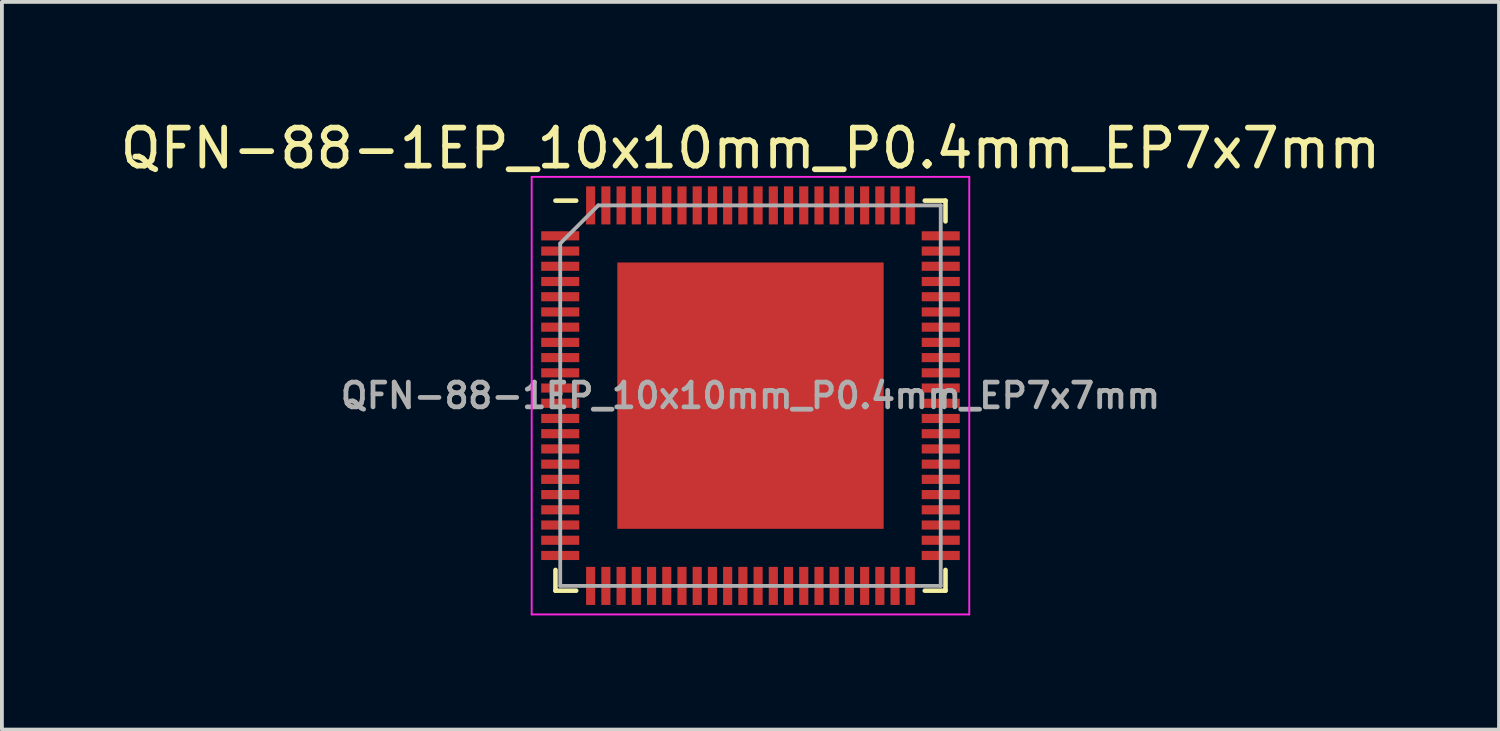
<source format=kicad_pcb>
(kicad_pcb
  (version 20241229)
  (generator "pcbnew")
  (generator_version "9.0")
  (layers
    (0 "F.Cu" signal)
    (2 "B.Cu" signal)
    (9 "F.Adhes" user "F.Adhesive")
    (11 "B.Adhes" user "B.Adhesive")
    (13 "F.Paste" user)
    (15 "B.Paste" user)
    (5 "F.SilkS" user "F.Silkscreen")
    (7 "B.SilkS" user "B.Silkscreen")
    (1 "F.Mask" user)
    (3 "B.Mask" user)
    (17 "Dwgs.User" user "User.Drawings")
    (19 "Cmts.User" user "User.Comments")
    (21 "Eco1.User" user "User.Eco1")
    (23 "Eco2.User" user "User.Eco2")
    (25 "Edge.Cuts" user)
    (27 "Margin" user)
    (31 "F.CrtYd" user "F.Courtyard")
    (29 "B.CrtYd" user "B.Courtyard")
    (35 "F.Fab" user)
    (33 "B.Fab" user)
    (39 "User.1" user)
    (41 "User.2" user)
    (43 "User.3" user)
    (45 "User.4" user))
  (footprint "QFN-88-1EP_10x10mm_P0.4mm_EP7x7mm"
    (layer "F.Cu")
    (at 16.673 7.348)
    (property "Reference" "QFN-88-1EP_10x10mm_P0.4mm_EP7x7mm" (at 0 -6.5 0) (layer "F.SilkS") (effects (font (size 1 1) (thickness 0.15))))
    (attr smd)
    (fp_line (start -5.125 -5.125) (end -4.58 -5.125) (stroke (width 0.12) (type solid)) (layer "F.SilkS"))
    (fp_line (start -5.125 5.125) (end -5.125 4.58) (stroke (width 0.12) (type solid)) (layer "F.SilkS"))
    (fp_line (start -4.58 5.125) (end -5.125 5.125) (stroke (width 0.12) (type solid)) (layer "F.SilkS"))
    (fp_line (start 4.58 -5.125) (end 5.125 -5.125) (stroke (width 0.12) (type solid)) (layer "F.SilkS"))
    (fp_line (start 4.58 5.125) (end 5.125 5.125) (stroke (width 0.12) (type solid)) (layer "F.SilkS"))
    (fp_line (start 5.125 -5.125) (end 5.125 -4.58) (stroke (width 0.12) (type solid)) (layer "F.SilkS"))
    (fp_line (start 5.125 5.125) (end 5.125 4.58) (stroke (width 0.12) (type solid)) (layer "F.SilkS"))
    (fp_line (start -5.75 -5.75) (end -5.75 5.75) (stroke (width 0.05) (type solid)) (layer "F.CrtYd"))
    (fp_line (start -5.75 5.75) (end 5.75 5.75) (stroke (width 0.05) (type solid)) (layer "F.CrtYd"))
    (fp_line (start 5.75 -5.75) (end -5.75 -5.75) (stroke (width 0.05) (type solid)) (layer "F.CrtYd"))
    (fp_line (start 5.75 5.75) (end 5.75 -5.75) (stroke (width 0.05) (type solid)) (layer "F.CrtYd"))
    (fp_line (start -5 -4) (end -4 -5) (stroke (width 0.1) (type solid)) (layer "F.Fab"))
    (fp_line (start -5 5) (end -5 -4) (stroke (width 0.1) (type solid)) (layer "F.Fab"))
    (fp_line (start -4 -5) (end 5 -5) (stroke (width 0.1) (type solid)) (layer "F.Fab"))
    (fp_line (start 5 -5) (end 5 5) (stroke (width 0.1) (type solid)) (layer "F.Fab"))
    (fp_line (start 5 5) (end -5 5) (stroke (width 0.1) (type solid)) (layer "F.Fab"))
    (fp_text user "${REFERENCE}" (at 0 0 0) (layer "F.Fab") (effects (font (size 0.65 0.65) (thickness 0.125))))
    (pad "" smd rect (at 0 0) (size 7 7) (layers "F.Paste"))
    (pad "1" smd rect (at -5 -4.2) (size 1 0.24) (layers "F.Cu" "F.Mask" "F.Paste"))
    (pad "2" smd rect (at -5 -3.8) (size 1 0.24) (layers "F.Cu" "F.Mask" "F.Paste"))
    (pad "3" smd rect (at -5 -3.4) (size 1 0.24) (layers "F.Cu" "F.Mask" "F.Paste"))
    (pad "4" smd rect (at -5 -3) (size 1 0.24) (layers "F.Cu" "F.Mask" "F.Paste"))
    (pad "5" smd rect (at -5 -2.6) (size 1 0.24) (layers "F.Cu" "F.Mask" "F.Paste"))
    (pad "6" smd rect (at -5 -2.2) (size 1 0.24) (layers "F.Cu" "F.Mask" "F.Paste"))
    (pad "7" smd rect (at -5 -1.8) (size 1 0.24) (layers "F.Cu" "F.Mask" "F.Paste"))
    (pad "8" smd rect (at -5 -1.4) (size 1 0.24) (layers "F.Cu" "F.Mask" "F.Paste"))
    (pad "9" smd rect (at -5 -1) (size 1 0.24) (layers "F.Cu" "F.Mask" "F.Paste"))
    (pad "10" smd rect (at -5 -0.6) (size 1 0.24) (layers "F.Cu" "F.Mask" "F.Paste"))
    (pad "11" smd rect (at -5 -0.2) (size 1 0.24) (layers "F.Cu" "F.Mask" "F.Paste"))
    (pad "12" smd rect (at -5 0.2) (size 1 0.24) (layers "F.Cu" "F.Mask" "F.Paste"))
    (pad "13" smd rect (at -5 0.6) (size 1 0.24) (layers "F.Cu" "F.Mask" "F.Paste"))
    (pad "14" smd rect (at -5 1) (size 1 0.24) (layers "F.Cu" "F.Mask" "F.Paste"))
    (pad "15" smd rect (at -5 1.4) (size 1 0.24) (layers "F.Cu" "F.Mask" "F.Paste"))
    (pad "16" smd rect (at -5 1.8) (size 1 0.24) (layers "F.Cu" "F.Mask" "F.Paste"))
    (pad "17" smd rect (at -5 2.2) (size 1 0.24) (layers "F.Cu" "F.Mask" "F.Paste"))
    (pad "18" smd rect (at -5 2.6) (size 1 0.24) (layers "F.Cu" "F.Mask" "F.Paste"))
    (pad "19" smd rect (at -5 3) (size 1 0.24) (layers "F.Cu" "F.Mask" "F.Paste"))
    (pad "20" smd rect (at -5 3.4) (size 1 0.24) (layers "F.Cu" "F.Mask" "F.Paste"))
    (pad "21" smd rect (at -5 3.8) (size 1 0.24) (layers "F.Cu" "F.Mask" "F.Paste"))
    (pad "22" smd rect (at -5 4.2) (size 1 0.24) (layers "F.Cu" "F.Mask" "F.Paste"))
    (pad "23" smd rect (at -4.2 5 90) (size 1 0.24) (layers "F.Cu" "F.Mask" "F.Paste"))
    (pad "24" smd rect (at -3.8 5 90) (size 1 0.24) (layers "F.Cu" "F.Mask" "F.Paste"))
    (pad "25" smd rect (at -3.4 5 90) (size 1 0.24) (layers "F.Cu" "F.Mask" "F.Paste"))
    (pad "26" smd rect (at -3 5 90) (size 1 0.24) (layers "F.Cu" "F.Mask" "F.Paste"))
    (pad "27" smd rect (at -2.6 5 90) (size 1 0.24) (layers "F.Cu" "F.Mask" "F.Paste"))
    (pad "28" smd rect (at -2.2 5 90) (size 1 0.24) (layers "F.Cu" "F.Mask" "F.Paste"))
    (pad "29" smd rect (at -1.8 5 90) (size 1 0.24) (layers "F.Cu" "F.Mask" "F.Paste"))
    (pad "30" smd rect (at -1.4 5 90) (size 1 0.24) (layers "F.Cu" "F.Mask" "F.Paste"))
    (pad "31" smd rect (at -1 5 90) (size 1 0.24) (layers "F.Cu" "F.Mask" "F.Paste"))
    (pad "32" smd rect (at -0.6 5 90) (size 1 0.24) (layers "F.Cu" "F.Mask" "F.Paste"))
    (pad "33" smd rect (at -0.2 5 90) (size 1 0.24) (layers "F.Cu" "F.Mask" "F.Paste"))
    (pad "34" smd rect (at 0.2 5 90) (size 1 0.24) (layers "F.Cu" "F.Mask" "F.Paste"))
    (pad "35" smd rect (at 0.6 5 90) (size 1 0.24) (layers "F.Cu" "F.Mask" "F.Paste"))
    (pad "36" smd rect (at 1 5 90) (size 1 0.24) (layers "F.Cu" "F.Mask" "F.Paste"))
    (pad "37" smd rect (at 1.4 5 90) (size 1 0.24) (layers "F.Cu" "F.Mask" "F.Paste"))
    (pad "38" smd rect (at 1.8 5 90) (size 1 0.24) (layers "F.Cu" "F.Mask" "F.Paste"))
    (pad "39" smd rect (at 2.2 5 90) (size 1 0.24) (layers "F.Cu" "F.Mask" "F.Paste"))
    (pad "40" smd rect (at 2.6 5 90) (size 1 0.24) (layers "F.Cu" "F.Mask" "F.Paste"))
    (pad "41" smd rect (at 3 5 90) (size 1 0.24) (layers "F.Cu" "F.Mask" "F.Paste"))
    (pad "42" smd rect (at 3.4 5 90) (size 1 0.24) (layers "F.Cu" "F.Mask" "F.Paste"))
    (pad "43" smd rect (at 3.8 5 90) (size 1 0.24) (layers "F.Cu" "F.Mask" "F.Paste"))
    (pad "44" smd rect (at 4.2 5 90) (size 1 0.24) (layers "F.Cu" "F.Mask" "F.Paste"))
    (pad "45" smd rect (at 5 4.2) (size 1 0.24) (layers "F.Cu" "F.Mask" "F.Paste"))
    (pad "46" smd rect (at 5 3.8) (size 1 0.24) (layers "F.Cu" "F.Mask" "F.Paste"))
    (pad "47" smd rect (at 5 3.4) (size 1 0.24) (layers "F.Cu" "F.Mask" "F.Paste"))
    (pad "48" smd rect (at 5 3) (size 1 0.24) (layers "F.Cu" "F.Mask" "F.Paste"))
    (pad "49" smd rect (at 5 2.6) (size 1 0.24) (layers "F.Cu" "F.Mask" "F.Paste"))
    (pad "50" smd rect (at 5 2.2) (size 1 0.24) (layers "F.Cu" "F.Mask" "F.Paste"))
    (pad "51" smd rect (at 5 1.8) (size 1 0.24) (layers "F.Cu" "F.Mask" "F.Paste"))
    (pad "52" smd rect (at 5 1.4) (size 1 0.24) (layers "F.Cu" "F.Mask" "F.Paste"))
    (pad "53" smd rect (at 5 1) (size 1 0.24) (layers "F.Cu" "F.Mask" "F.Paste"))
    (pad "54" smd rect (at 5 0.6) (size 1 0.24) (layers "F.Cu" "F.Mask" "F.Paste"))
    (pad "55" smd rect (at 5 0.2) (size 1 0.24) (layers "F.Cu" "F.Mask" "F.Paste"))
    (pad "56" smd rect (at 5 -0.2) (size 1 0.24) (layers "F.Cu" "F.Mask" "F.Paste"))
    (pad "57" smd rect (at 5 -0.6) (size 1 0.24) (layers "F.Cu" "F.Mask" "F.Paste"))
    (pad "58" smd rect (at 5 -1) (size 1 0.24) (layers "F.Cu" "F.Mask" "F.Paste"))
    (pad "59" smd rect (at 5 -1.4) (size 1 0.24) (layers "F.Cu" "F.Mask" "F.Paste"))
    (pad "60" smd rect (at 5 -1.8) (size 1 0.24) (layers "F.Cu" "F.Mask" "F.Paste"))
    (pad "61" smd rect (at 5 -2.2) (size 1 0.24) (layers "F.Cu" "F.Mask" "F.Paste"))
    (pad "62" smd rect (at 5 -2.6) (size 1 0.24) (layers "F.Cu" "F.Mask" "F.Paste"))
    (pad "63" smd rect (at 5 -3) (size 1 0.24) (layers "F.Cu" "F.Mask" "F.Paste"))
    (pad "64" smd rect (at 5 -3.4) (size 1 0.24) (layers "F.Cu" "F.Mask" "F.Paste"))
    (pad "65" smd rect (at 5 -3.8) (size 1 0.24) (layers "F.Cu" "F.Mask" "F.Paste"))
    (pad "66" smd rect (at 5 -4.2) (size 1 0.24) (layers "F.Cu" "F.Mask" "F.Paste"))
    (pad "67" smd rect (at 4.2 -5 90) (size 1 0.24) (layers "F.Cu" "F.Mask" "F.Paste"))
    (pad "68" smd rect (at 3.8 -5 90) (size 1 0.24) (layers "F.Cu" "F.Mask" "F.Paste"))
    (pad "69" smd rect (at 3.4 -5 90) (size 1 0.24) (layers "F.Cu" "F.Mask" "F.Paste"))
    (pad "70" smd rect (at 3 -5 90) (size 1 0.24) (layers "F.Cu" "F.Mask" "F.Paste"))
    (pad "71" smd rect (at 2.6 -5 90) (size 1 0.24) (layers "F.Cu" "F.Mask" "F.Paste"))
    (pad "72" smd rect (at 2.2 -5 90) (size 1 0.24) (layers "F.Cu" "F.Mask" "F.Paste"))
    (pad "73" smd rect (at 1.8 -5 90) (size 1 0.24) (layers "F.Cu" "F.Mask" "F.Paste"))
    (pad "74" smd rect (at 1.4 -5 90) (size 1 0.24) (layers "F.Cu" "F.Mask" "F.Paste"))
    (pad "75" smd rect (at 1 -5 90) (size 1 0.24) (layers "F.Cu" "F.Mask" "F.Paste"))
    (pad "76" smd rect (at 0.6 -5 90) (size 1 0.24) (layers "F.Cu" "F.Mask" "F.Paste"))
    (pad "77" smd rect (at 0.2 -5 90) (size 1 0.24) (layers "F.Cu" "F.Mask" "F.Paste"))
    (pad "78" smd rect (at -0.2 -5 90) (size 1 0.24) (layers "F.Cu" "F.Mask" "F.Paste"))
    (pad "79" smd rect (at -0.6 -5 90) (size 1 0.24) (layers "F.Cu" "F.Mask" "F.Paste"))
    (pad "80" smd rect (at -1 -5 90) (size 1 0.24) (layers "F.Cu" "F.Mask" "F.Paste"))
    (pad "81" smd rect (at -1.4 -5 90) (size 1 0.24) (layers "F.Cu" "F.Mask" "F.Paste"))
    (pad "82" smd rect (at -1.8 -5 90) (size 1 0.24) (layers "F.Cu" "F.Mask" "F.Paste"))
    (pad "83" smd rect (at -2.2 -5 90) (size 1 0.24) (layers "F.Cu" "F.Mask" "F.Paste"))
    (pad "84" smd rect (at -2.6 -5 90) (size 1 0.24) (layers "F.Cu" "F.Mask" "F.Paste"))
    (pad "85" smd rect (at -3 -5 90) (size 1 0.24) (layers "F.Cu" "F.Mask" "F.Paste"))
    (pad "86" smd rect (at -3.4 -5 90) (size 1 0.24) (layers "F.Cu" "F.Mask" "F.Paste"))
    (pad "87" smd rect (at -3.8 -5 90) (size 1 0.24) (layers "F.Cu" "F.Mask" "F.Paste"))
    (pad "88" smd rect (at -4.2 -5 90) (size 1 0.24) (layers "F.Cu" "F.Mask" "F.Paste"))
    (pad "89" smd rect (at 0 0) (size 7 7) (layers "F.Cu" "F.Mask")))
  (gr_rect
    (start -3 -3)
    (end 36.345 16.123)
    (stroke (width 0.1) (type default))
    (fill no)
    (layer "Edge.Cuts")))
</source>
